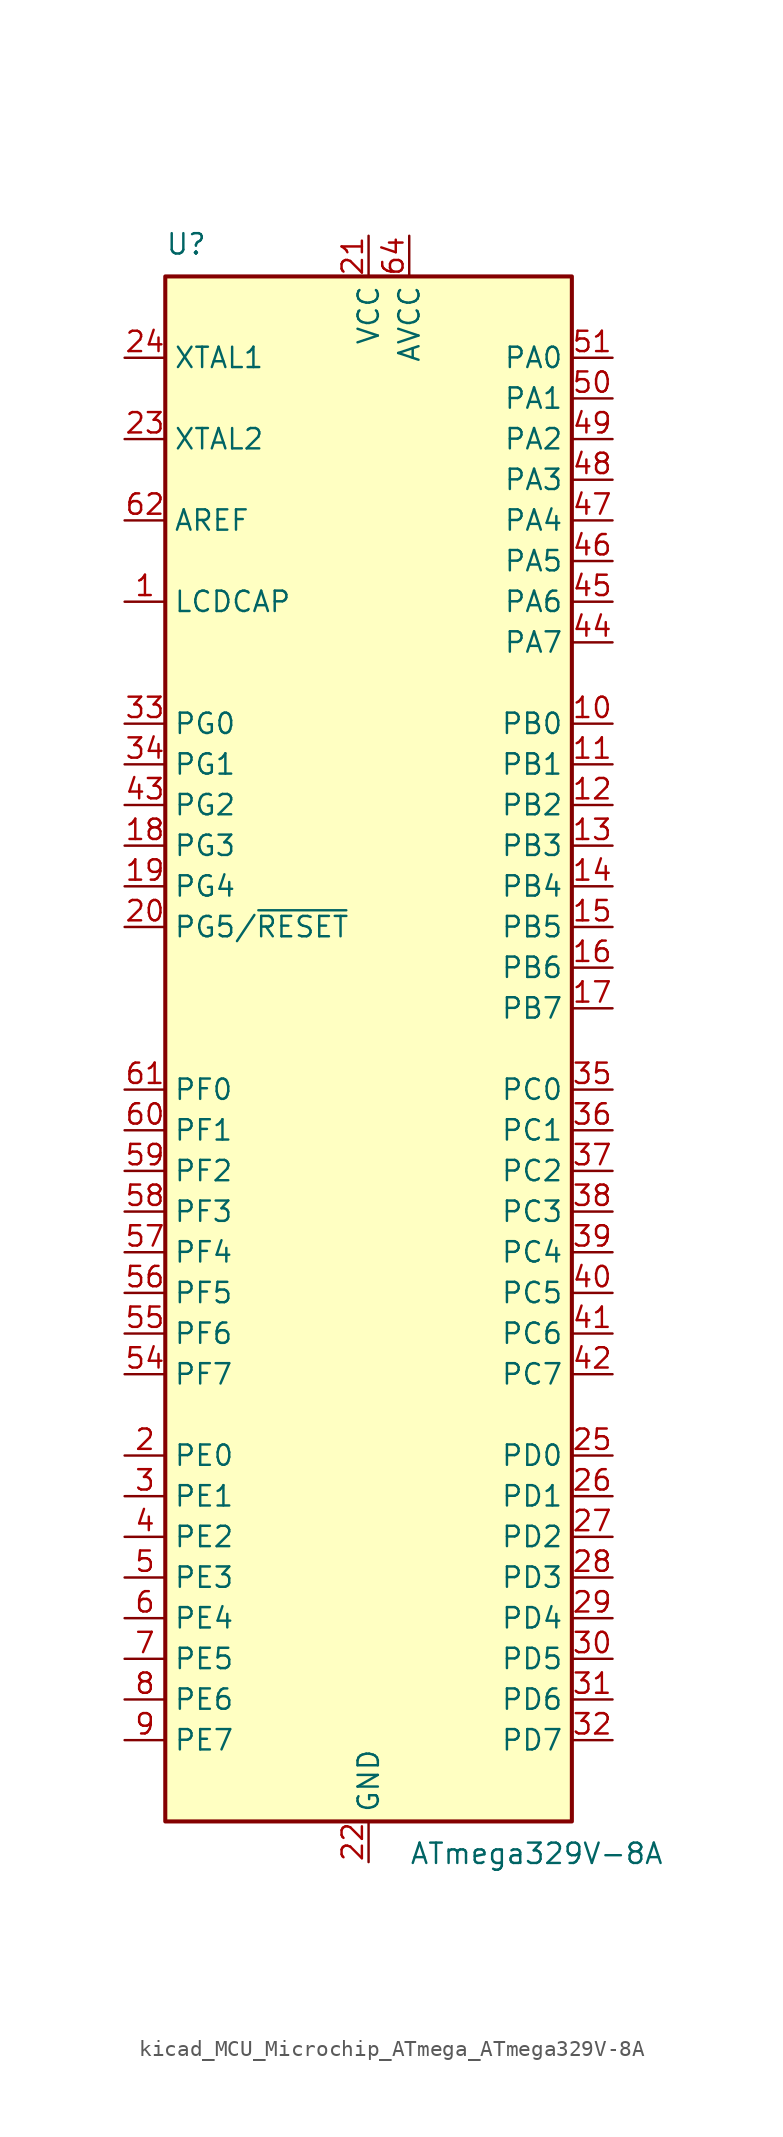
<source format=kicad_sym>
(kicad_symbol_lib
  (version 20220914)
  (generator kicad_symbol_editor)
  (symbol "kicad_MCU_Microchip_ATmega_ATmega329V-8A"
    (property "Reference" "U"
      (at -12.7 49.53 0)
      (effects (font (size 1.27 1.27)) (justify left bottom)))
    (property "Value" "ATmega329V-8A"
      (at 2.54 -49.53 0)
      (effects (font (size 1.27 1.27)) (justify left top)))
    (symbol "kicad_MCU_Microchip_ATmega_ATmega329V-8A_0_1"
      (rectangle (start -12.7 -48.26) (end 12.7 48.26) (stroke (width 0.254) (type default)) (fill (type background))))
    (symbol "kicad_MCU_Microchip_ATmega_ATmega329V-8A_1_1"
      (pin passive line (at -15.24 27.94 0) (length 2.54) (name "LCDCAP" (effects (font (size 1.27 1.27)))) (number "1" (effects (font (size 1.27 1.27)))))
      (pin bidirectional line (at 15.24 20.32 180) (length 2.54) (name "PB0" (effects (font (size 1.27 1.27)))) (number "10" (effects (font (size 1.27 1.27)))))
      (pin bidirectional line (at 15.24 17.78 180) (length 2.54) (name "PB1" (effects (font (size 1.27 1.27)))) (number "11" (effects (font (size 1.27 1.27)))))
      (pin bidirectional line (at 15.24 15.24 180) (length 2.54) (name "PB2" (effects (font (size 1.27 1.27)))) (number "12" (effects (font (size 1.27 1.27)))))
      (pin bidirectional line (at 15.24 12.7 180) (length 2.54) (name "PB3" (effects (font (size 1.27 1.27)))) (number "13" (effects (font (size 1.27 1.27)))))
      (pin bidirectional line (at 15.24 10.16 180) (length 2.54) (name "PB4" (effects (font (size 1.27 1.27)))) (number "14" (effects (font (size 1.27 1.27)))))
      (pin bidirectional line (at 15.24 7.62 180) (length 2.54) (name "PB5" (effects (font (size 1.27 1.27)))) (number "15" (effects (font (size 1.27 1.27)))))
      (pin bidirectional line (at 15.24 5.08 180) (length 2.54) (name "PB6" (effects (font (size 1.27 1.27)))) (number "16" (effects (font (size 1.27 1.27)))))
      (pin bidirectional line (at 15.24 2.54 180) (length 2.54) (name "PB7" (effects (font (size 1.27 1.27)))) (number "17" (effects (font (size 1.27 1.27)))))
      (pin bidirectional line (at -15.24 12.7 0) (length 2.54) (name "PG3" (effects (font (size 1.27 1.27)))) (number "18" (effects (font (size 1.27 1.27)))))
      (pin bidirectional line (at -15.24 10.16 0) (length 2.54) (name "PG4" (effects (font (size 1.27 1.27)))) (number "19" (effects (font (size 1.27 1.27)))))
      (pin bidirectional line (at -15.24 -25.4 0) (length 2.54) (name "PE0" (effects (font (size 1.27 1.27)))) (number "2" (effects (font (size 1.27 1.27)))))
      (pin bidirectional line (at -15.24 7.62 0) (length 2.54) (name "PG5/~{RESET}" (effects (font (size 1.27 1.27)))) (number "20" (effects (font (size 1.27 1.27)))))
      (pin power_in line (at 0 50.8 270) (length 2.54) (name "VCC" (effects (font (size 1.27 1.27)))) (number "21" (effects (font (size 1.27 1.27)))))
      (pin power_in line (at 0 -50.8 90) (length 2.54) (name "GND" (effects (font (size 1.27 1.27)))) (number "22" (effects (font (size 1.27 1.27)))))
      (pin output line (at -15.24 38.1 0) (length 2.54) (name "XTAL2" (effects (font (size 1.27 1.27)))) (number "23" (effects (font (size 1.27 1.27)))))
      (pin input line (at -15.24 43.18 0) (length 2.54) (name "XTAL1" (effects (font (size 1.27 1.27)))) (number "24" (effects (font (size 1.27 1.27)))))
      (pin bidirectional line (at 15.24 -25.4 180) (length 2.54) (name "PD0" (effects (font (size 1.27 1.27)))) (number "25" (effects (font (size 1.27 1.27)))))
      (pin bidirectional line (at 15.24 -27.94 180) (length 2.54) (name "PD1" (effects (font (size 1.27 1.27)))) (number "26" (effects (font (size 1.27 1.27)))))
      (pin bidirectional line (at 15.24 -30.48 180) (length 2.54) (name "PD2" (effects (font (size 1.27 1.27)))) (number "27" (effects (font (size 1.27 1.27)))))
      (pin bidirectional line (at 15.24 -33.02 180) (length 2.54) (name "PD3" (effects (font (size 1.27 1.27)))) (number "28" (effects (font (size 1.27 1.27)))))
      (pin bidirectional line (at 15.24 -35.56 180) (length 2.54) (name "PD4" (effects (font (size 1.27 1.27)))) (number "29" (effects (font (size 1.27 1.27)))))
      (pin bidirectional line (at -15.24 -27.94 0) (length 2.54) (name "PE1" (effects (font (size 1.27 1.27)))) (number "3" (effects (font (size 1.27 1.27)))))
      (pin bidirectional line (at 15.24 -38.1 180) (length 2.54) (name "PD5" (effects (font (size 1.27 1.27)))) (number "30" (effects (font (size 1.27 1.27)))))
      (pin bidirectional line (at 15.24 -40.64 180) (length 2.54) (name "PD6" (effects (font (size 1.27 1.27)))) (number "31" (effects (font (size 1.27 1.27)))))
      (pin bidirectional line (at 15.24 -43.18 180) (length 2.54) (name "PD7" (effects (font (size 1.27 1.27)))) (number "32" (effects (font (size 1.27 1.27)))))
      (pin bidirectional line (at -15.24 20.32 0) (length 2.54) (name "PG0" (effects (font (size 1.27 1.27)))) (number "33" (effects (font (size 1.27 1.27)))))
      (pin bidirectional line (at -15.24 17.78 0) (length 2.54) (name "PG1" (effects (font (size 1.27 1.27)))) (number "34" (effects (font (size 1.27 1.27)))))
      (pin bidirectional line (at 15.24 -2.54 180) (length 2.54) (name "PC0" (effects (font (size 1.27 1.27)))) (number "35" (effects (font (size 1.27 1.27)))))
      (pin bidirectional line (at 15.24 -5.08 180) (length 2.54) (name "PC1" (effects (font (size 1.27 1.27)))) (number "36" (effects (font (size 1.27 1.27)))))
      (pin bidirectional line (at 15.24 -7.62 180) (length 2.54) (name "PC2" (effects (font (size 1.27 1.27)))) (number "37" (effects (font (size 1.27 1.27)))))
      (pin bidirectional line (at 15.24 -10.16 180) (length 2.54) (name "PC3" (effects (font (size 1.27 1.27)))) (number "38" (effects (font (size 1.27 1.27)))))
      (pin bidirectional line (at 15.24 -12.7 180) (length 2.54) (name "PC4" (effects (font (size 1.27 1.27)))) (number "39" (effects (font (size 1.27 1.27)))))
      (pin bidirectional line (at -15.24 -30.48 0) (length 2.54) (name "PE2" (effects (font (size 1.27 1.27)))) (number "4" (effects (font (size 1.27 1.27)))))
      (pin bidirectional line (at 15.24 -15.24 180) (length 2.54) (name "PC5" (effects (font (size 1.27 1.27)))) (number "40" (effects (font (size 1.27 1.27)))))
      (pin bidirectional line (at 15.24 -17.78 180) (length 2.54) (name "PC6" (effects (font (size 1.27 1.27)))) (number "41" (effects (font (size 1.27 1.27)))))
      (pin bidirectional line (at 15.24 -20.32 180) (length 2.54) (name "PC7" (effects (font (size 1.27 1.27)))) (number "42" (effects (font (size 1.27 1.27)))))
      (pin bidirectional line (at -15.24 15.24 0) (length 2.54) (name "PG2" (effects (font (size 1.27 1.27)))) (number "43" (effects (font (size 1.27 1.27)))))
      (pin bidirectional line (at 15.24 25.4 180) (length 2.54) (name "PA7" (effects (font (size 1.27 1.27)))) (number "44" (effects (font (size 1.27 1.27)))))
      (pin bidirectional line (at 15.24 27.94 180) (length 2.54) (name "PA6" (effects (font (size 1.27 1.27)))) (number "45" (effects (font (size 1.27 1.27)))))
      (pin bidirectional line (at 15.24 30.48 180) (length 2.54) (name "PA5" (effects (font (size 1.27 1.27)))) (number "46" (effects (font (size 1.27 1.27)))))
      (pin bidirectional line (at 15.24 33.02 180) (length 2.54) (name "PA4" (effects (font (size 1.27 1.27)))) (number "47" (effects (font (size 1.27 1.27)))))
      (pin bidirectional line (at 15.24 35.56 180) (length 2.54) (name "PA3" (effects (font (size 1.27 1.27)))) (number "48" (effects (font (size 1.27 1.27)))))
      (pin bidirectional line (at 15.24 38.1 180) (length 2.54) (name "PA2" (effects (font (size 1.27 1.27)))) (number "49" (effects (font (size 1.27 1.27)))))
      (pin bidirectional line (at -15.24 -33.02 0) (length 2.54) (name "PE3" (effects (font (size 1.27 1.27)))) (number "5" (effects (font (size 1.27 1.27)))))
      (pin bidirectional line (at 15.24 40.64 180) (length 2.54) (name "PA1" (effects (font (size 1.27 1.27)))) (number "50" (effects (font (size 1.27 1.27)))))
      (pin bidirectional line (at 15.24 43.18 180) (length 2.54) (name "PA0" (effects (font (size 1.27 1.27)))) (number "51" (effects (font (size 1.27 1.27)))))
      (pin passive line (at 0 50.8 270) (length 2.54) hide (name "VCC" (effects (font (size 1.27 1.27)))) (number "52" (effects (font (size 1.27 1.27)))))
      (pin passive line (at 0 -50.8 90) (length 2.54) hide (name "GND" (effects (font (size 1.27 1.27)))) (number "53" (effects (font (size 1.27 1.27)))))
      (pin bidirectional line (at -15.24 -20.32 0) (length 2.54) (name "PF7" (effects (font (size 1.27 1.27)))) (number "54" (effects (font (size 1.27 1.27)))))
      (pin bidirectional line (at -15.24 -17.78 0) (length 2.54) (name "PF6" (effects (font (size 1.27 1.27)))) (number "55" (effects (font (size 1.27 1.27)))))
      (pin bidirectional line (at -15.24 -15.24 0) (length 2.54) (name "PF5" (effects (font (size 1.27 1.27)))) (number "56" (effects (font (size 1.27 1.27)))))
      (pin bidirectional line (at -15.24 -12.7 0) (length 2.54) (name "PF4" (effects (font (size 1.27 1.27)))) (number "57" (effects (font (size 1.27 1.27)))))
      (pin bidirectional line (at -15.24 -10.16 0) (length 2.54) (name "PF3" (effects (font (size 1.27 1.27)))) (number "58" (effects (font (size 1.27 1.27)))))
      (pin bidirectional line (at -15.24 -7.62 0) (length 2.54) (name "PF2" (effects (font (size 1.27 1.27)))) (number "59" (effects (font (size 1.27 1.27)))))
      (pin bidirectional line (at -15.24 -35.56 0) (length 2.54) (name "PE4" (effects (font (size 1.27 1.27)))) (number "6" (effects (font (size 1.27 1.27)))))
      (pin bidirectional line (at -15.24 -5.08 0) (length 2.54) (name "PF1" (effects (font (size 1.27 1.27)))) (number "60" (effects (font (size 1.27 1.27)))))
      (pin bidirectional line (at -15.24 -2.54 0) (length 2.54) (name "PF0" (effects (font (size 1.27 1.27)))) (number "61" (effects (font (size 1.27 1.27)))))
      (pin passive line (at -15.24 33.02 0) (length 2.54) (name "AREF" (effects (font (size 1.27 1.27)))) (number "62" (effects (font (size 1.27 1.27)))))
      (pin passive line (at 0 -50.8 90) (length 2.54) hide (name "GND" (effects (font (size 1.27 1.27)))) (number "63" (effects (font (size 1.27 1.27)))))
      (pin power_in line (at 2.54 50.8 270) (length 2.54) (name "AVCC" (effects (font (size 1.27 1.27)))) (number "64" (effects (font (size 1.27 1.27)))))
      (pin bidirectional line (at -15.24 -38.1 0) (length 2.54) (name "PE5" (effects (font (size 1.27 1.27)))) (number "7" (effects (font (size 1.27 1.27)))))
      (pin bidirectional line (at -15.24 -40.64 0) (length 2.54) (name "PE6" (effects (font (size 1.27 1.27)))) (number "8" (effects (font (size 1.27 1.27)))))
      (pin bidirectional line (at -15.24 -43.18 0) (length 2.54) (name "PE7" (effects (font (size 1.27 1.27)))) (number "9" (effects (font (size 1.27 1.27))))))))
</source>
